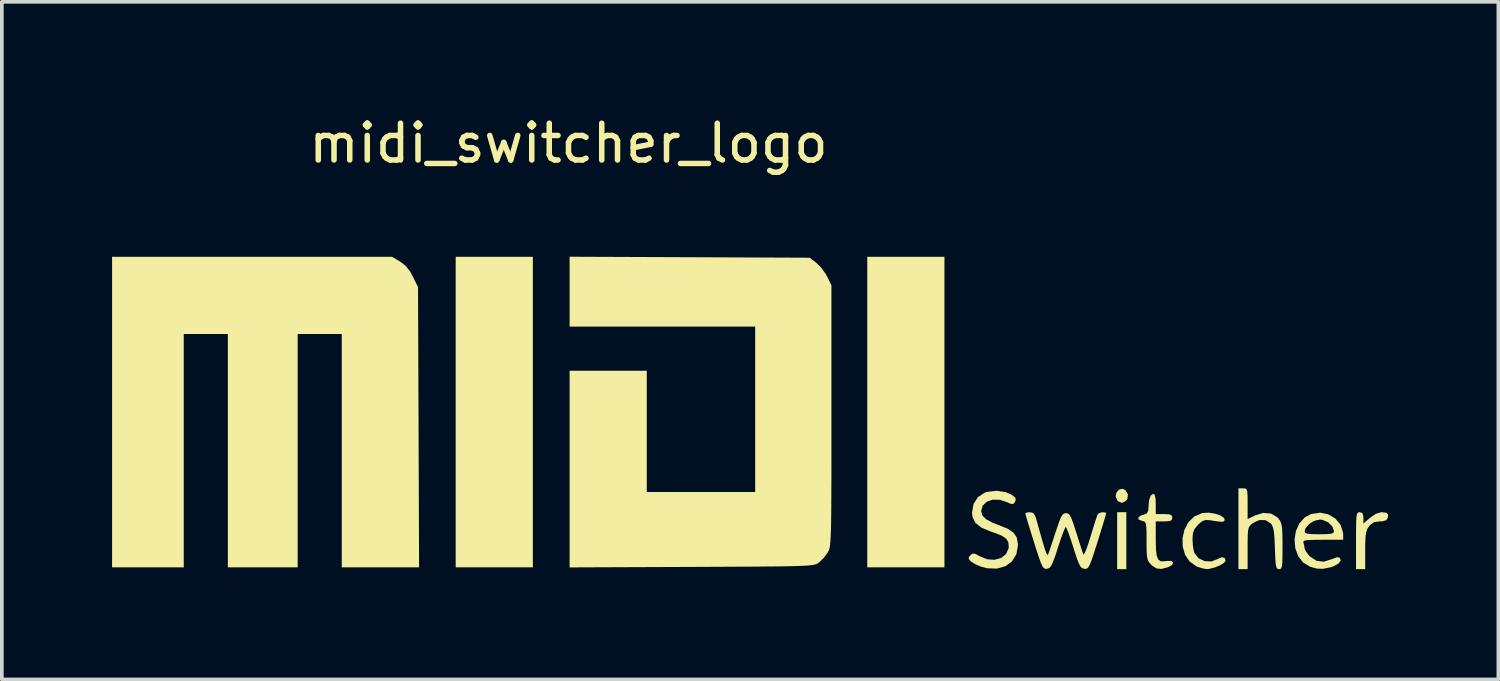
<source format=kicad_pcb>
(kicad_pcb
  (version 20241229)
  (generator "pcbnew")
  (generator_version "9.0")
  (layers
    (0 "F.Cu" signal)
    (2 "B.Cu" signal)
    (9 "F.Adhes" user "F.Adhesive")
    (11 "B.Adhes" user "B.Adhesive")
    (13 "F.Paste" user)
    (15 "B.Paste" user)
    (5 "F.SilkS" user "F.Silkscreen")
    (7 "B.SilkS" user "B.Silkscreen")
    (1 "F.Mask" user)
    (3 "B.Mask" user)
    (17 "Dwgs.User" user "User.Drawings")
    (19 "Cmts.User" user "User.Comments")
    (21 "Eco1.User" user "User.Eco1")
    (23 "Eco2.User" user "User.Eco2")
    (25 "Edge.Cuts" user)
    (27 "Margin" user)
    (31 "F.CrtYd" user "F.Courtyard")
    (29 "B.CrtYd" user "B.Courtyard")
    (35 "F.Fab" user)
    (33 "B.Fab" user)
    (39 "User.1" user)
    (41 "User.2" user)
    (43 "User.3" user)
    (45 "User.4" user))
  (footprint "midi_switcher_logo"
    (layer "F.Cu")
    (at 12.42 1.348)
    (property "Reference" "midi_switcher_logo" (at 0 -0.5 0) (unlocked yes) (layer "F.SilkS") (effects (font (size 1 1) (thickness 0.15))))
    (fp_poly (pts (xy -0.97 11.04) (xy -3.07 11.04) (xy -3.07 2.59) (xy -0.97 2.59)) (stroke (width 0) (type solid)) (fill yes) (layer "F.SilkS"))
    (fp_poly (pts (xy 10.23 11.04) (xy 8.13 11.04) (xy 8.13 2.59) (xy 10.23 2.59)) (stroke (width 0) (type solid)) (fill yes) (layer "F.SilkS"))
    (fp_poly (pts (xy 15.18 11.09) (xy 14.93 11.09) (xy 14.93 9.54) (xy 15.18 9.54)) (stroke (width 0) (type solid)) (fill yes) (layer "F.SilkS"))
    (fp_poly (pts (xy 15.151 8.937) (xy 15.222 9.05) (xy 15.209 9.175) (xy 15.17 9.23) (xy 15.062 9.287) (xy 14.957 9.244) (xy 14.932 9.217) (xy 14.889 9.11) (xy 14.911 9.004) (xy 14.979 8.926) (xy 15.072 8.901)) (stroke (width 0) (type solid)) (fill yes) (layer "F.SilkS"))
    (fp_poly (pts (xy -4.591 2.715) (xy -4.433 2.833) (xy -4.307 2.996) (xy -4.236 3.127) (xy -4.095 3.415) (xy -4.08 7.228) (xy -4.066 11.04) (xy -6.17 11.04) (xy -6.17 4.69) (xy -7.37 4.69) (xy -7.37 11.04) (xy -9.27 11.04) (xy -9.27 4.69) (xy -10.47 4.69) (xy -10.47 11.04) (xy -12.42 11.04) (xy -12.42 2.59) (xy -4.804 2.59)) (stroke (width 0) (type solid)) (fill yes) (layer "F.SilkS"))
    (fp_poly (pts (xy 22.253 9.553) (xy 22.303 9.601) (xy 22.294 9.693) (xy 22.25 9.76) (xy 22.148 9.788) (xy 22.078 9.79) (xy 21.921 9.812) (xy 21.809 9.891) (xy 21.784 9.922) (xy 21.736 9.995) (xy 21.705 10.085) (xy 21.688 10.213) (xy 21.681 10.402) (xy 21.68 10.572) (xy 21.68 11.09) (xy 21.43 11.09) (xy 21.43 10.315) (xy 21.431 10.021) (xy 21.434 9.813) (xy 21.441 9.675) (xy 21.455 9.594) (xy 21.477 9.554) (xy 21.509 9.541) (xy 21.53 9.54) (xy 21.602 9.563) (xy 21.629 9.648) (xy 21.63 9.695) (xy 21.63 9.85) (xy 21.807 9.695) (xy 21.967 9.585) (xy 22.114 9.54) (xy 22.123 9.54)) (stroke (width 0) (type solid)) (fill yes) (layer "F.SilkS"))
    (fp_poly (pts (xy 17.588 9.578) (xy 17.736 9.627) (xy 17.833 9.691) (xy 17.855 9.74) (xy 17.846 9.781) (xy 17.806 9.8) (xy 17.715 9.797) (xy 17.554 9.774) (xy 17.469 9.76) (xy 17.337 9.751) (xy 17.238 9.787) (xy 17.131 9.881) (xy 17.036 9.994) (xy 16.991 10.11) (xy 16.98 10.276) (xy 16.98 10.284) (xy 16.991 10.458) (xy 17.019 10.609) (xy 17.036 10.657) (xy 17.148 10.795) (xy 17.313 10.872) (xy 17.497 10.88) (xy 17.669 10.812) (xy 17.783 10.763) (xy 17.86 10.791) (xy 17.88 10.863) (xy 17.837 10.92) (xy 17.728 10.986) (xy 17.585 11.044) (xy 17.442 11.081) (xy 17.366 11.088) (xy 17.243 11.067) (xy 17.098 11.018) (xy 17.093 11.016) (xy 16.904 10.885) (xy 16.778 10.699) (xy 16.714 10.479) (xy 16.709 10.245) (xy 16.762 10.016) (xy 16.869 9.813) (xy 17.03 9.656) (xy 17.24 9.565) (xy 17.258 9.561) (xy 17.419 9.553)) (stroke (width 0) (type solid)) (fill yes) (layer "F.SilkS"))
    (fp_poly (pts (xy 3.296 2.601) (xy 6.563 2.615) (xy 6.741 2.751) (xy 6.872 2.881) (xy 6.995 3.05) (xy 7.037 3.126) (xy 7.155 3.365) (xy 7.155 6.915) (xy 7.155 7.597) (xy 7.155 8.185) (xy 7.154 8.689) (xy 7.152 9.113) (xy 7.15 9.467) (xy 7.147 9.756) (xy 7.142 9.989) (xy 7.136 10.172) (xy 7.128 10.312) (xy 7.119 10.417) (xy 7.108 10.494) (xy 7.094 10.55) (xy 7.078 10.592) (xy 7.059 10.627) (xy 7.055 10.635) (xy 6.949 10.779) (xy 6.824 10.902) (xy 6.814 10.91) (xy 6.784 10.931) (xy 6.75 10.949) (xy 6.705 10.964) (xy 6.641 10.977) (xy 6.55 10.987) (xy 6.426 10.996) (xy 6.26 11.003) (xy 6.046 11.009) (xy 5.777 11.014) (xy 5.443 11.017) (xy 5.04 11.021) (xy 4.558 11.023) (xy 3.99 11.026) (xy 3.351 11.029) (xy 0.03 11.042) (xy 0.03 5.69) (xy 2.13 5.69) (xy 2.13 8.99) (xy 5.08 8.99) (xy 5.08 4.49) (xy 0.03 4.49) (xy 0.03 2.588)) (stroke (width 0) (type solid)) (fill yes) (layer "F.SilkS"))
    (fp_poly (pts (xy 18.416 8.894) (xy 18.453 8.919) (xy 18.472 8.986) (xy 18.479 9.113) (xy 18.48 9.309) (xy 18.48 9.727) (xy 18.68 9.628) (xy 18.907 9.559) (xy 19.115 9.576) (xy 19.286 9.678) (xy 19.328 9.724) (xy 19.371 9.789) (xy 19.401 9.869) (xy 19.418 9.983) (xy 19.427 10.152) (xy 19.43 10.395) (xy 19.43 10.472) (xy 19.429 10.73) (xy 19.424 10.904) (xy 19.413 11.011) (xy 19.393 11.067) (xy 19.362 11.088) (xy 19.335 11.09) (xy 19.294 11.082) (xy 19.266 11.046) (xy 19.247 10.966) (xy 19.235 10.824) (xy 19.225 10.605) (xy 19.223 10.52) (xy 19.212 10.261) (xy 19.197 10.082) (xy 19.173 9.963) (xy 19.139 9.884) (xy 19.11 9.845) (xy 18.969 9.757) (xy 18.799 9.753) (xy 18.626 9.833) (xy 18.612 9.844) (xy 18.555 9.892) (xy 18.517 9.946) (xy 18.495 10.024) (xy 18.484 10.147) (xy 18.48 10.336) (xy 18.48 10.519) (xy 18.48 11.09) (xy 18.23 11.09) (xy 18.23 8.89) (xy 18.355 8.89)) (stroke (width 0) (type solid)) (fill yes) (layer "F.SilkS"))
    (fp_poly (pts (xy 15.954 9.071) (xy 15.975 9.176) (xy 15.98 9.315) (xy 15.98 9.59) (xy 16.205 9.59) (xy 16.346 9.597) (xy 16.412 9.624) (xy 16.43 9.683) (xy 16.43 9.69) (xy 16.415 9.752) (xy 16.354 9.782) (xy 16.221 9.79) (xy 16.205 9.79) (xy 15.98 9.79) (xy 15.98 10.284) (xy 15.986 10.549) (xy 16.007 10.727) (xy 16.05 10.832) (xy 16.122 10.877) (xy 16.229 10.875) (xy 16.272 10.867) (xy 16.4 10.864) (xy 16.454 10.909) (xy 16.426 10.976) (xy 16.319 11.036) (xy 16.132 11.084) (xy 15.993 11.068) (xy 15.87 10.984) (xy 15.853 10.967) (xy 15.798 10.905) (xy 15.762 10.837) (xy 15.742 10.74) (xy 15.732 10.592) (xy 15.73 10.37) (xy 15.73 10.321) (xy 15.729 10.087) (xy 15.723 9.935) (xy 15.709 9.846) (xy 15.682 9.802) (xy 15.64 9.784) (xy 15.621 9.781) (xy 15.517 9.742) (xy 15.503 9.684) (xy 15.578 9.63) (xy 15.627 9.616) (xy 15.736 9.576) (xy 15.776 9.5) (xy 15.781 9.424) (xy 15.797 9.221) (xy 15.842 9.089) (xy 15.909 9.04) (xy 15.911 9.04)) (stroke (width 0) (type solid)) (fill yes) (layer "F.SilkS"))
    (fp_poly (pts (xy 11.898 8.994) (xy 12.068 9.07) (xy 12.159 9.144) (xy 12.17 9.215) (xy 12.136 9.282) (xy 12.09 9.32) (xy 12.014 9.305) (xy 11.939 9.27) (xy 11.737 9.202) (xy 11.544 9.199) (xy 11.381 9.255) (xy 11.269 9.363) (xy 11.23 9.507) (xy 11.261 9.628) (xy 11.362 9.732) (xy 11.544 9.829) (xy 11.706 9.89) (xy 11.949 9.989) (xy 12.108 10.095) (xy 12.196 10.224) (xy 12.229 10.392) (xy 12.23 10.442) (xy 12.187 10.686) (xy 12.069 10.878) (xy 11.888 11.01) (xy 11.657 11.075) (xy 11.391 11.065) (xy 11.21 11.016) (xy 11.065 10.953) (xy 10.953 10.883) (xy 10.937 10.868) (xy 10.885 10.799) (xy 10.911 10.739) (xy 10.937 10.711) (xy 10.997 10.666) (xy 11.063 10.67) (xy 11.17 10.727) (xy 11.185 10.736) (xy 11.391 10.821) (xy 11.592 10.835) (xy 11.771 10.786) (xy 11.905 10.681) (xy 11.975 10.527) (xy 11.98 10.463) (xy 11.965 10.347) (xy 11.908 10.258) (xy 11.793 10.181) (xy 11.604 10.104) (xy 11.483 10.064) (xy 11.232 9.958) (xy 11.071 9.828) (xy 10.992 9.667) (xy 10.98 9.555) (xy 11.022 9.315) (xy 11.142 9.128) (xy 11.329 9.007) (xy 11.386 8.988) (xy 11.645 8.957)) (stroke (width 0) (type solid)) (fill yes) (layer "F.SilkS"))
    (fp_poly (pts (xy 20.678 9.599) (xy 20.87 9.713) (xy 21.01 9.884) (xy 21.077 10.099) (xy 21.08 10.163) (xy 21.08 10.29) (xy 20.525 10.29) (xy 20.282 10.292) (xy 20.123 10.298) (xy 20.034 10.311) (xy 19.998 10.334) (xy 19.999 10.368) (xy 20 10.369) (xy 20.027 10.485) (xy 20.03 10.523) (xy 20.063 10.603) (xy 20.146 10.712) (xy 20.176 10.744) (xy 20.356 10.863) (xy 20.56 10.886) (xy 20.787 10.811) (xy 20.788 10.811) (xy 20.919 10.763) (xy 20.994 10.784) (xy 21.014 10.858) (xy 20.951 10.939) (xy 20.818 11.012) (xy 20.737 11.039) (xy 20.531 11.081) (xy 20.356 11.073) (xy 20.185 11.025) (xy 19.991 10.909) (xy 19.855 10.734) (xy 19.777 10.519) (xy 19.757 10.285) (xy 19.792 10.063) (xy 20.03 10.063) (xy 20.047 10.102) (xy 20.111 10.126) (xy 20.24 10.137) (xy 20.43 10.14) (xy 20.632 10.137) (xy 20.753 10.126) (xy 20.812 10.102) (xy 20.83 10.062) (xy 20.83 10.056) (xy 20.785 9.928) (xy 20.673 9.817) (xy 20.523 9.75) (xy 20.444 9.74) (xy 20.294 9.774) (xy 20.155 9.86) (xy 20.057 9.973) (xy 20.03 10.063) (xy 19.792 10.063) (xy 19.794 10.053) (xy 19.887 9.845) (xy 20.038 9.679) (xy 20.209 9.589) (xy 20.451 9.553)) (stroke (width 0) (type solid)) (fill yes) (layer "F.SilkS"))
    (fp_poly (pts (xy 12.642 9.56) (xy 12.698 9.636) (xy 12.728 9.727) (xy 12.824 10.07) (xy 12.897 10.327) (xy 12.952 10.508) (xy 12.991 10.624) (xy 13.018 10.685) (xy 13.038 10.701) (xy 13.053 10.683) (xy 13.054 10.68) (xy 13.083 10.599) (xy 13.135 10.447) (xy 13.201 10.247) (xy 13.256 10.08) (xy 13.333 9.85) (xy 13.39 9.701) (xy 13.438 9.614) (xy 13.485 9.574) (xy 13.537 9.565) (xy 13.591 9.575) (xy 13.637 9.615) (xy 13.683 9.702) (xy 13.739 9.852) (xy 13.813 10.082) (xy 13.816 10.09) (xy 13.886 10.311) (xy 13.947 10.501) (xy 13.991 10.636) (xy 14.01 10.69) (xy 14.035 10.675) (xy 14.079 10.58) (xy 14.138 10.419) (xy 14.205 10.208) (xy 14.206 10.204) (xy 14.274 9.979) (xy 14.334 9.787) (xy 14.38 9.651) (xy 14.404 9.592) (xy 14.464 9.554) (xy 14.552 9.54) (xy 14.619 9.553) (xy 14.63 9.572) (xy 14.616 9.628) (xy 14.576 9.763) (xy 14.517 9.959) (xy 14.443 10.198) (xy 14.395 10.349) (xy 14.306 10.631) (xy 14.239 10.831) (xy 14.188 10.962) (xy 14.146 11.039) (xy 14.107 11.074) (xy 14.064 11.082) (xy 14.038 11.08) (xy 13.982 11.065) (xy 13.935 11.023) (xy 13.888 10.938) (xy 13.833 10.794) (xy 13.761 10.574) (xy 13.739 10.502) (xy 13.668 10.283) (xy 13.605 10.104) (xy 13.557 9.983) (xy 13.531 9.94) (xy 13.504 9.985) (xy 13.455 10.106) (xy 13.39 10.286) (xy 13.319 10.502) (xy 13.24 10.745) (xy 13.179 10.908) (xy 13.13 11.007) (xy 13.083 11.058) (xy 13.03 11.078) (xy 13.019 11.08) (xy 12.972 11.08) (xy 12.932 11.059) (xy 12.892 11.003) (xy 12.846 10.898) (xy 12.787 10.731) (xy 12.708 10.488) (xy 12.665 10.349) (xy 12.584 10.092) (xy 12.516 9.869) (xy 12.464 9.697) (xy 12.435 9.594) (xy 12.43 9.572) (xy 12.473 9.548) (xy 12.553 9.54)) (stroke (width 0) (type solid)) (fill yes) (layer "F.SilkS")))
  (gr_rect
    (start -3 -3)
    (end 37.723 15.438)
    (stroke (width 0.1) (type default))
    (fill no)
    (layer "Edge.Cuts")))
</source>
